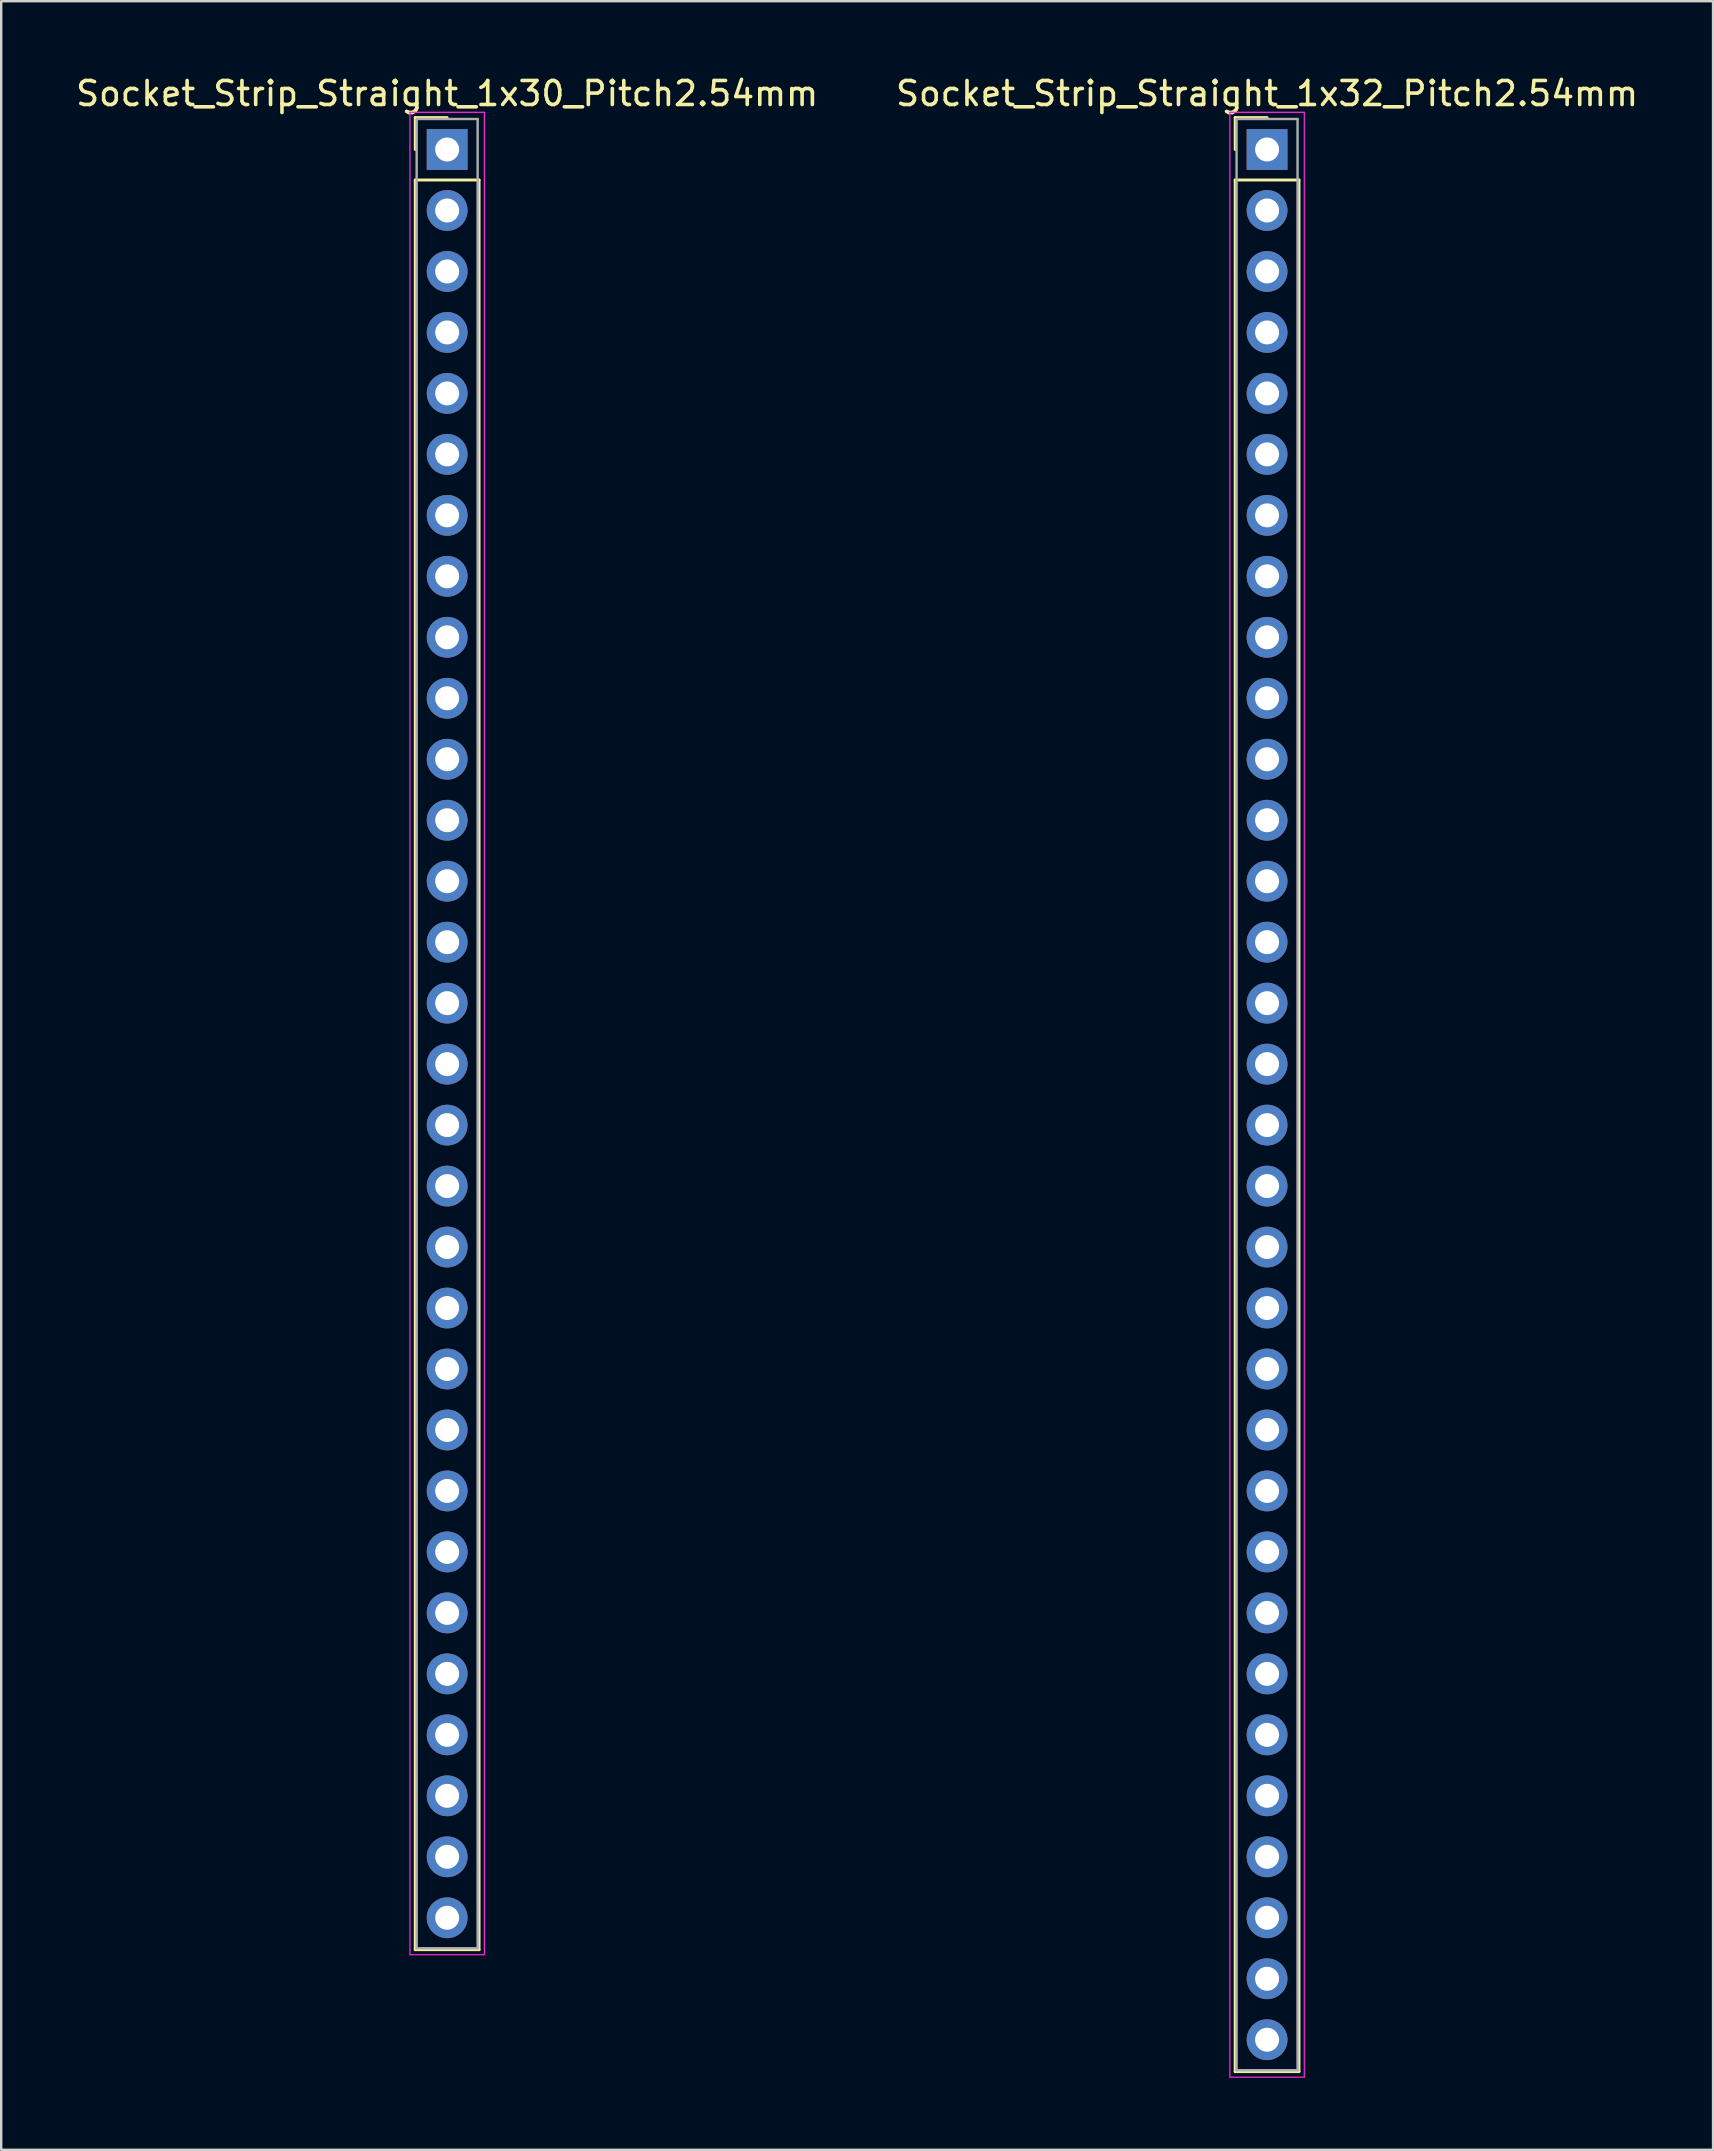
<source format=kicad_pcb>
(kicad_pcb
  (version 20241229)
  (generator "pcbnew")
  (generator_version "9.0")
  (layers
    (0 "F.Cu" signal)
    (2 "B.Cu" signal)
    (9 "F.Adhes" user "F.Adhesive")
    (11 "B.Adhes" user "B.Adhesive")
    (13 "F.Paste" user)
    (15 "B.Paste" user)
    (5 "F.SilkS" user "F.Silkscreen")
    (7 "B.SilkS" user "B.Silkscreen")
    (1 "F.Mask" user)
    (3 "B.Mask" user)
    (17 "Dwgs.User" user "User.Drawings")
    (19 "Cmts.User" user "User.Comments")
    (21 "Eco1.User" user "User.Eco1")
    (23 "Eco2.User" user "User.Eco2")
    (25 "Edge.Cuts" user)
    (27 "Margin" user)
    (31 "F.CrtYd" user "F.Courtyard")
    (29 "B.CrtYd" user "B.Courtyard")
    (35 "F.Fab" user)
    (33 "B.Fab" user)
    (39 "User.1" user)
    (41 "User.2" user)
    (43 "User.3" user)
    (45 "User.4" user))
  (footprint "Socket_Strip_Straight_1x32_Pitch2.54mm"
    (layer "F.Cu")
    (at 49.732 3.178)
    (property "Reference" "Socket_Strip_Straight_1x32_Pitch2.54mm" (at 0 -2.33 0) (layer "F.SilkS") (effects (font (size 1 1) (thickness 0.15))))
    (attr through_hole)
    (fp_line (start -1.33 -1.33) (end 0 -1.33) (stroke (width 0.12) (type solid)) (layer "F.SilkS"))
    (fp_line (start -1.33 0) (end -1.33 -1.33) (stroke (width 0.12) (type solid)) (layer "F.SilkS"))
    (fp_line (start -1.33 1.27) (end -1.33 80.07) (stroke (width 0.12) (type solid)) (layer "F.SilkS"))
    (fp_line (start -1.33 80.07) (end 1.33 80.07) (stroke (width 0.12) (type solid)) (layer "F.SilkS"))
    (fp_line (start 1.33 1.27) (end -1.33 1.27) (stroke (width 0.12) (type solid)) (layer "F.SilkS"))
    (fp_line (start 1.33 80.07) (end 1.33 1.27) (stroke (width 0.12) (type solid)) (layer "F.SilkS"))
    (fp_line (start -1.55 -1.55) (end -1.55 80.3) (stroke (width 0.05) (type solid)) (layer "F.CrtYd"))
    (fp_line (start -1.55 80.3) (end 1.55 80.3) (stroke (width 0.05) (type solid)) (layer "F.CrtYd"))
    (fp_line (start 1.55 -1.55) (end -1.55 -1.55) (stroke (width 0.05) (type solid)) (layer "F.CrtYd"))
    (fp_line (start 1.55 80.3) (end 1.55 -1.55) (stroke (width 0.05) (type solid)) (layer "F.CrtYd"))
    (fp_line (start -1.27 -1.27) (end -1.27 80.01) (stroke (width 0.1) (type solid)) (layer "F.Fab"))
    (fp_line (start -1.27 80.01) (end 1.27 80.01) (stroke (width 0.1) (type solid)) (layer "F.Fab"))
    (fp_line (start 1.27 -1.27) (end -1.27 -1.27) (stroke (width 0.1) (type solid)) (layer "F.Fab"))
    (fp_line (start 1.27 80.01) (end 1.27 -1.27) (stroke (width 0.1) (type solid)) (layer "F.Fab"))
    (pad "1" thru_hole rect (at 0 0) (size 1.7 1.7) (drill 1) (layers "*.Cu" "*.Mask"))
    (pad "2" thru_hole oval (at 0 2.54) (size 1.7 1.7) (drill 1) (layers "*.Cu" "*.Mask"))
    (pad "3" thru_hole oval (at 0 5.08) (size 1.7 1.7) (drill 1) (layers "*.Cu" "*.Mask"))
    (pad "4" thru_hole oval (at 0 7.62) (size 1.7 1.7) (drill 1) (layers "*.Cu" "*.Mask"))
    (pad "5" thru_hole oval (at 0 10.16) (size 1.7 1.7) (drill 1) (layers "*.Cu" "*.Mask"))
    (pad "6" thru_hole oval (at 0 12.7) (size 1.7 1.7) (drill 1) (layers "*.Cu" "*.Mask"))
    (pad "7" thru_hole oval (at 0 15.24) (size 1.7 1.7) (drill 1) (layers "*.Cu" "*.Mask"))
    (pad "8" thru_hole oval (at 0 17.78) (size 1.7 1.7) (drill 1) (layers "*.Cu" "*.Mask"))
    (pad "9" thru_hole oval (at 0 20.32) (size 1.7 1.7) (drill 1) (layers "*.Cu" "*.Mask"))
    (pad "10" thru_hole oval (at 0 22.86) (size 1.7 1.7) (drill 1) (layers "*.Cu" "*.Mask"))
    (pad "11" thru_hole oval (at 0 25.4) (size 1.7 1.7) (drill 1) (layers "*.Cu" "*.Mask"))
    (pad "12" thru_hole oval (at 0 27.94) (size 1.7 1.7) (drill 1) (layers "*.Cu" "*.Mask"))
    (pad "13" thru_hole oval (at 0 30.48) (size 1.7 1.7) (drill 1) (layers "*.Cu" "*.Mask"))
    (pad "14" thru_hole oval (at 0 33.02) (size 1.7 1.7) (drill 1) (layers "*.Cu" "*.Mask"))
    (pad "15" thru_hole oval (at 0 35.56) (size 1.7 1.7) (drill 1) (layers "*.Cu" "*.Mask"))
    (pad "16" thru_hole oval (at 0 38.1) (size 1.7 1.7) (drill 1) (layers "*.Cu" "*.Mask"))
    (pad "17" thru_hole oval (at 0 40.64) (size 1.7 1.7) (drill 1) (layers "*.Cu" "*.Mask"))
    (pad "18" thru_hole oval (at 0 43.18) (size 1.7 1.7) (drill 1) (layers "*.Cu" "*.Mask"))
    (pad "19" thru_hole oval (at 0 45.72) (size 1.7 1.7) (drill 1) (layers "*.Cu" "*.Mask"))
    (pad "20" thru_hole oval (at 0 48.26) (size 1.7 1.7) (drill 1) (layers "*.Cu" "*.Mask"))
    (pad "21" thru_hole oval (at 0 50.8) (size 1.7 1.7) (drill 1) (layers "*.Cu" "*.Mask"))
    (pad "22" thru_hole oval (at 0 53.34) (size 1.7 1.7) (drill 1) (layers "*.Cu" "*.Mask"))
    (pad "23" thru_hole oval (at 0 55.88) (size 1.7 1.7) (drill 1) (layers "*.Cu" "*.Mask"))
    (pad "24" thru_hole oval (at 0 58.42) (size 1.7 1.7) (drill 1) (layers "*.Cu" "*.Mask"))
    (pad "25" thru_hole oval (at 0 60.96) (size 1.7 1.7) (drill 1) (layers "*.Cu" "*.Mask"))
    (pad "26" thru_hole oval (at 0 63.5) (size 1.7 1.7) (drill 1) (layers "*.Cu" "*.Mask"))
    (pad "27" thru_hole oval (at 0 66.04) (size 1.7 1.7) (drill 1) (layers "*.Cu" "*.Mask"))
    (pad "28" thru_hole oval (at 0 68.58) (size 1.7 1.7) (drill 1) (layers "*.Cu" "*.Mask"))
    (pad "29" thru_hole oval (at 0 71.12) (size 1.7 1.7) (drill 1) (layers "*.Cu" "*.Mask"))
    (pad "30" thru_hole oval (at 0 73.66) (size 1.7 1.7) (drill 1) (layers "*.Cu" "*.Mask"))
    (pad "31" thru_hole oval (at 0 76.2) (size 1.7 1.7) (drill 1) (layers "*.Cu" "*.Mask"))
    (pad "32" thru_hole oval (at 0 78.74) (size 1.7 1.7) (drill 1) (layers "*.Cu" "*.Mask")))
  (footprint "Socket_Strip_Straight_1x30_Pitch2.54mm"
    (layer "F.Cu")
    (at 15.577 3.178)
    (property "Reference" "Socket_Strip_Straight_1x30_Pitch2.54mm" (at 0 -2.33 0) (layer "F.SilkS") (effects (font (size 1 1) (thickness 0.15))))
    (attr through_hole)
    (fp_line (start -1.33 -1.33) (end 0 -1.33) (stroke (width 0.12) (type solid)) (layer "F.SilkS"))
    (fp_line (start -1.33 0) (end -1.33 -1.33) (stroke (width 0.12) (type solid)) (layer "F.SilkS"))
    (fp_line (start -1.33 1.27) (end -1.33 74.99) (stroke (width 0.12) (type solid)) (layer "F.SilkS"))
    (fp_line (start -1.33 74.99) (end 1.33 74.99) (stroke (width 0.12) (type solid)) (layer "F.SilkS"))
    (fp_line (start 1.33 1.27) (end -1.33 1.27) (stroke (width 0.12) (type solid)) (layer "F.SilkS"))
    (fp_line (start 1.33 74.99) (end 1.33 1.27) (stroke (width 0.12) (type solid)) (layer "F.SilkS"))
    (fp_line (start -1.55 -1.55) (end -1.55 75.2) (stroke (width 0.05) (type solid)) (layer "F.CrtYd"))
    (fp_line (start -1.55 75.2) (end 1.55 75.2) (stroke (width 0.05) (type solid)) (layer "F.CrtYd"))
    (fp_line (start 1.55 -1.55) (end -1.55 -1.55) (stroke (width 0.05) (type solid)) (layer "F.CrtYd"))
    (fp_line (start 1.55 75.2) (end 1.55 -1.55) (stroke (width 0.05) (type solid)) (layer "F.CrtYd"))
    (fp_line (start -1.27 -1.27) (end -1.27 74.93) (stroke (width 0.1) (type solid)) (layer "F.Fab"))
    (fp_line (start -1.27 74.93) (end 1.27 74.93) (stroke (width 0.1) (type solid)) (layer "F.Fab"))
    (fp_line (start 1.27 -1.27) (end -1.27 -1.27) (stroke (width 0.1) (type solid)) (layer "F.Fab"))
    (fp_line (start 1.27 74.93) (end 1.27 -1.27) (stroke (width 0.1) (type solid)) (layer "F.Fab"))
    (pad "1" thru_hole rect (at 0 0) (size 1.7 1.7) (drill 1) (layers "*.Cu" "*.Mask"))
    (pad "2" thru_hole oval (at 0 2.54) (size 1.7 1.7) (drill 1) (layers "*.Cu" "*.Mask"))
    (pad "3" thru_hole oval (at 0 5.08) (size 1.7 1.7) (drill 1) (layers "*.Cu" "*.Mask"))
    (pad "4" thru_hole oval (at 0 7.62) (size 1.7 1.7) (drill 1) (layers "*.Cu" "*.Mask"))
    (pad "5" thru_hole oval (at 0 10.16) (size 1.7 1.7) (drill 1) (layers "*.Cu" "*.Mask"))
    (pad "6" thru_hole oval (at 0 12.7) (size 1.7 1.7) (drill 1) (layers "*.Cu" "*.Mask"))
    (pad "7" thru_hole oval (at 0 15.24) (size 1.7 1.7) (drill 1) (layers "*.Cu" "*.Mask"))
    (pad "8" thru_hole oval (at 0 17.78) (size 1.7 1.7) (drill 1) (layers "*.Cu" "*.Mask"))
    (pad "9" thru_hole oval (at 0 20.32) (size 1.7 1.7) (drill 1) (layers "*.Cu" "*.Mask"))
    (pad "10" thru_hole oval (at 0 22.86) (size 1.7 1.7) (drill 1) (layers "*.Cu" "*.Mask"))
    (pad "11" thru_hole oval (at 0 25.4) (size 1.7 1.7) (drill 1) (layers "*.Cu" "*.Mask"))
    (pad "12" thru_hole oval (at 0 27.94) (size 1.7 1.7) (drill 1) (layers "*.Cu" "*.Mask"))
    (pad "13" thru_hole oval (at 0 30.48) (size 1.7 1.7) (drill 1) (layers "*.Cu" "*.Mask"))
    (pad "14" thru_hole oval (at 0 33.02) (size 1.7 1.7) (drill 1) (layers "*.Cu" "*.Mask"))
    (pad "15" thru_hole oval (at 0 35.56) (size 1.7 1.7) (drill 1) (layers "*.Cu" "*.Mask"))
    (pad "16" thru_hole oval (at 0 38.1) (size 1.7 1.7) (drill 1) (layers "*.Cu" "*.Mask"))
    (pad "17" thru_hole oval (at 0 40.64) (size 1.7 1.7) (drill 1) (layers "*.Cu" "*.Mask"))
    (pad "18" thru_hole oval (at 0 43.18) (size 1.7 1.7) (drill 1) (layers "*.Cu" "*.Mask"))
    (pad "19" thru_hole oval (at 0 45.72) (size 1.7 1.7) (drill 1) (layers "*.Cu" "*.Mask"))
    (pad "20" thru_hole oval (at 0 48.26) (size 1.7 1.7) (drill 1) (layers "*.Cu" "*.Mask"))
    (pad "21" thru_hole oval (at 0 50.8) (size 1.7 1.7) (drill 1) (layers "*.Cu" "*.Mask"))
    (pad "22" thru_hole oval (at 0 53.34) (size 1.7 1.7) (drill 1) (layers "*.Cu" "*.Mask"))
    (pad "23" thru_hole oval (at 0 55.88) (size 1.7 1.7) (drill 1) (layers "*.Cu" "*.Mask"))
    (pad "24" thru_hole oval (at 0 58.42) (size 1.7 1.7) (drill 1) (layers "*.Cu" "*.Mask"))
    (pad "25" thru_hole oval (at 0 60.96) (size 1.7 1.7) (drill 1) (layers "*.Cu" "*.Mask"))
    (pad "26" thru_hole oval (at 0 63.5) (size 1.7 1.7) (drill 1) (layers "*.Cu" "*.Mask"))
    (pad "27" thru_hole oval (at 0 66.04) (size 1.7 1.7) (drill 1) (layers "*.Cu" "*.Mask"))
    (pad "28" thru_hole oval (at 0 68.58) (size 1.7 1.7) (drill 1) (layers "*.Cu" "*.Mask"))
    (pad "29" thru_hole oval (at 0 71.12) (size 1.7 1.7) (drill 1) (layers "*.Cu" "*.Mask"))
    (pad "30" thru_hole oval (at 0 73.66) (size 1.7 1.7) (drill 1) (layers "*.Cu" "*.Mask")))
  (gr_rect
    (start -3 -3)
    (end 68.31 86.503)
    (stroke (width 0.1) (type default))
    (fill no)
    (layer "Edge.Cuts")))
</source>
